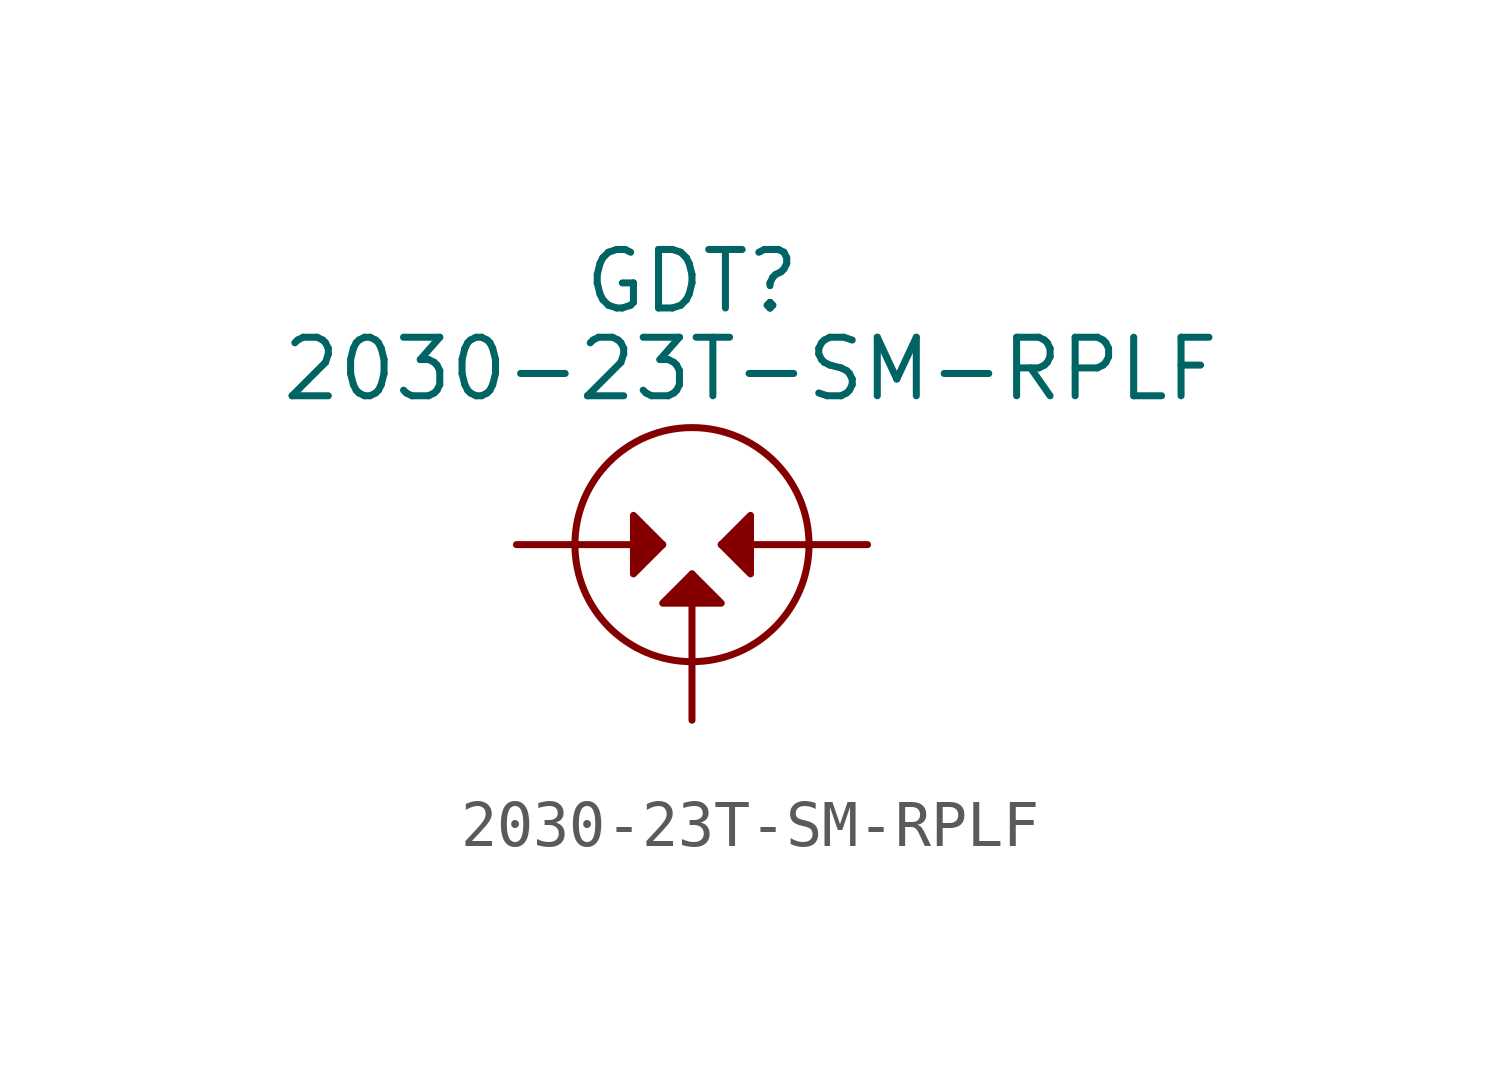
<source format=kicad_sym>
(kicad_symbol_lib
  (version 20231120)
  (generator "kicad_symbol_editor")
  (generator_version "8.0")
  (symbol "2030-23T-SM-RPLF"
    (pin_numbers hide)
    (pin_names
      (offset 0) hide)
    (property "Reference" "GDT"
      (at 0 5.715 0)
      (effects (font (size 1.27 1.27))))
    (property "Value" "2030-23T-SM-RPLF"
      (at 1.27 3.81 0)
      (effects (font (size 1.27 1.27))))
    (symbol "2030-23T-SM-RPLF_0_0"
      (polyline (pts (xy -2.54 0) (xy -0.635 0)) (stroke (width 0.152) (type default)) (fill (type none)))
      (polyline (pts (xy 0 -2.54) (xy 0 -0.635)) (stroke (width 0.152) (type default)) (fill (type none)))
      (polyline (pts (xy 2.54 0) (xy 0.635 0)) (stroke (width 0.152) (type default)) (fill (type none))))
    (symbol "2030-23T-SM-RPLF_0_1"
      (circle (center 0 0) (radius 2.54) (stroke (width 0) (type default)) (fill (type none)))
      (polyline (pts (xy -1.27 0.635) (xy -0.635 0) (xy -1.27 -0.635) (xy -1.27 0.635)) (stroke (width 0.152) (type default)) (fill (type outline)))
      (polyline (pts (xy -0.635 -1.27) (xy 0 -0.635) (xy 0.635 -1.27) (xy -0.635 -1.27)) (stroke (width 0.152) (type default)) (fill (type outline)))
      (polyline (pts (xy 1.27 -0.635) (xy 0.635 0) (xy 1.27 0.635) (xy 1.27 -0.635)) (stroke (width 0.152) (type default)) (fill (type outline))))
    (symbol "2030-23T-SM-RPLF_1_1"
      (pin passive line (at -3.81 0 0) (length 1.27) (name "1" (effects (font (size 1.27 1.27)))) (number "1" (effects (font (size 1.27 1.27)))))
      (pin passive line (at 0 -3.81 90) (length 1.27) (name "2" (effects (font (size 1.27 1.27)))) (number "2" (effects (font (size 1.27 1.27)))))
      (pin passive line (at 3.81 0 180) (length 1.27) (name "3" (effects (font (size 1.27 1.27)))) (number "3" (effects (font (size 1.27 1.27))))))))
</source>
